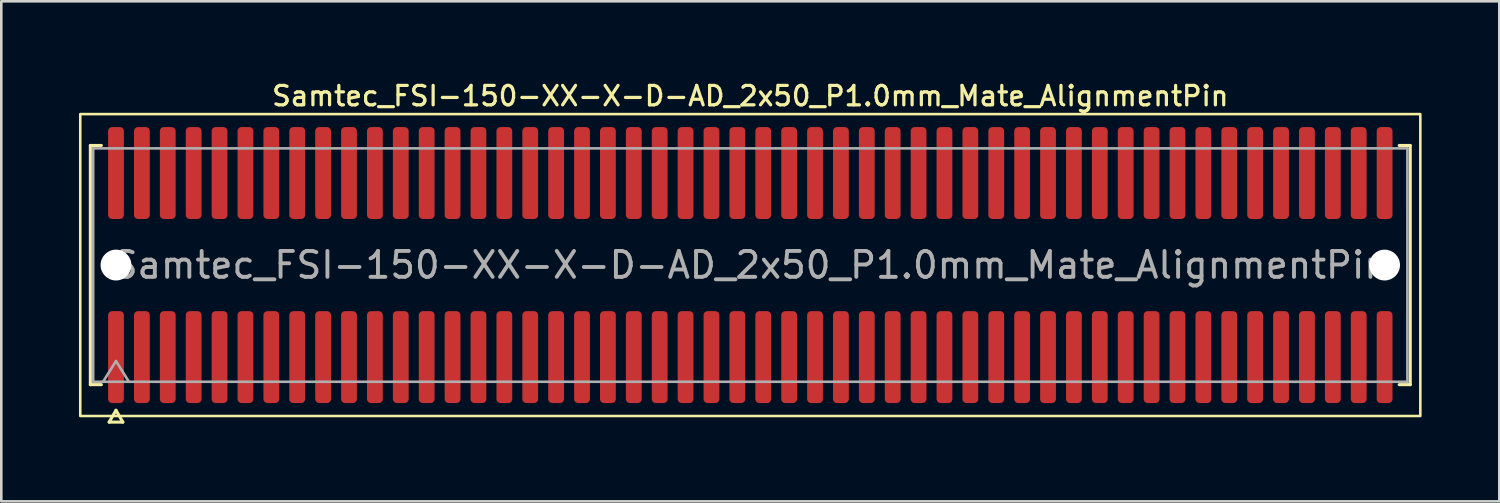
<source format=kicad_pcb>
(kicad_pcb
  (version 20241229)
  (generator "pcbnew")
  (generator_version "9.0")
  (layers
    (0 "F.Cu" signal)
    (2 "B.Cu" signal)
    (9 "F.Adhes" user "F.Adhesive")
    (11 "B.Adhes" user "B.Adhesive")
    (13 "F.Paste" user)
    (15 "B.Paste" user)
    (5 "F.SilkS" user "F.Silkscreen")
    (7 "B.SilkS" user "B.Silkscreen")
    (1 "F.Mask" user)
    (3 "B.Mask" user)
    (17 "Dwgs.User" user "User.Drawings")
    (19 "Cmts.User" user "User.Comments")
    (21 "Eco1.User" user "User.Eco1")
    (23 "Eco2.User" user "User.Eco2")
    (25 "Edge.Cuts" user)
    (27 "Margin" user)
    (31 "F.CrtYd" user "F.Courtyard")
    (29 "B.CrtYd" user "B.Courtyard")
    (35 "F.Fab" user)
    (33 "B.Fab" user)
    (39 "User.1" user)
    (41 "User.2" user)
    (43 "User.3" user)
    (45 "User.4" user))
  (footprint "Samtec_FSI-150-XX-X-D-AD_2x50_P1.0mm_Mate_AlignmentPin"
    (layer "F.Cu")
    (at 25.93 7.188)
    (property "Reference" "Samtec_FSI-150-XX-X-D-AD_2x50_P1.0mm_Mate_AlignmentPin" (at 0 -6.53 0) (layer "F.SilkS") (effects (font (size 0.75 0.75) (thickness 0.125))))
    (attr exclude_from_pos_files exclude_from_bom)
    (fp_line (start -25.49 -4.619) (end -25.065 -4.619) (stroke (width 0.12) (type solid)) (layer "F.SilkS"))
    (fp_line (start -25.49 4.619) (end -25.49 -4.619) (stroke (width 0.12) (type solid)) (layer "F.SilkS"))
    (fp_line (start -25.065 4.619) (end -25.49 4.619) (stroke (width 0.12) (type solid)) (layer "F.SilkS"))
    (fp_line (start -24.764 6.066) (end -24.5 5.609) (stroke (width 0.12) (type solid)) (layer "F.SilkS"))
    (fp_line (start -24.5 5.609) (end -24.236 6.066) (stroke (width 0.12) (type solid)) (layer "F.SilkS"))
    (fp_line (start -24.236 6.066) (end -24.764 6.066) (stroke (width 0.12) (type solid)) (layer "F.SilkS"))
    (fp_line (start 25.065 -4.619) (end 25.49 -4.619) (stroke (width 0.12) (type solid)) (layer "F.SilkS"))
    (fp_line (start 25.49 -4.619) (end 25.49 4.619) (stroke (width 0.12) (type solid)) (layer "F.SilkS"))
    (fp_line (start 25.49 4.619) (end 25.065 4.619) (stroke (width 0.12) (type solid)) (layer "F.SilkS"))
    (fp_rect (start -25.88 -5.83) (end 25.88 5.83) (stroke (width 0.1) (type solid)) (fill no) (layer "F.SilkS"))
    (fp_line (start -25.38 -4.508) (end 25.38 -4.508) (stroke (width 0.1) (type solid)) (layer "F.Fab"))
    (fp_line (start -25.38 4.508) (end -25.38 -4.508) (stroke (width 0.1) (type solid)) (layer "F.Fab"))
    (fp_line (start -25 4.508) (end -24.5 3.708) (stroke (width 0.1) (type solid)) (layer "F.Fab"))
    (fp_line (start -24.5 3.708) (end -24 4.508) (stroke (width 0.1) (type solid)) (layer "F.Fab"))
    (fp_line (start 25.38 -4.508) (end 25.38 4.508) (stroke (width 0.1) (type solid)) (layer "F.Fab"))
    (fp_line (start 25.38 4.508) (end -25.38 4.508) (stroke (width 0.1) (type solid)) (layer "F.Fab"))
    (fp_text user "${REFERENCE}" (at 0 0 0) (layer "F.Fab") (effects (font (size 1 1) (thickness 0.15))))
    (pad "" np_thru_hole circle (at -24.5 0) (size 1.19 1.19) (drill 1.19) (layers "*.Cu" "*.Mask"))
    (pad "" np_thru_hole circle (at 24.5 0) (size 1.19 1.19) (drill 1.19) (layers "*.Cu" "*.Mask"))
    (pad "1" smd roundrect (at -24.5 3.555) (size 0.61 3.55) (layers "F.Cu" "F.Mask") (roundrect_rratio 0.25))
    (pad "2" smd roundrect (at -24.5 -3.555) (size 0.61 3.55) (layers "F.Cu" "F.Mask") (roundrect_rratio 0.25))
    (pad "3" smd roundrect (at -23.5 3.555) (size 0.61 3.55) (layers "F.Cu" "F.Mask") (roundrect_rratio 0.25))
    (pad "4" smd roundrect (at -23.5 -3.555) (size 0.61 3.55) (layers "F.Cu" "F.Mask") (roundrect_rratio 0.25))
    (pad "5" smd roundrect (at -22.5 3.555) (size 0.61 3.55) (layers "F.Cu" "F.Mask") (roundrect_rratio 0.25))
    (pad "6" smd roundrect (at -22.5 -3.555) (size 0.61 3.55) (layers "F.Cu" "F.Mask") (roundrect_rratio 0.25))
    (pad "7" smd roundrect (at -21.5 3.555) (size 0.61 3.55) (layers "F.Cu" "F.Mask") (roundrect_rratio 0.25))
    (pad "8" smd roundrect (at -21.5 -3.555) (size 0.61 3.55) (layers "F.Cu" "F.Mask") (roundrect_rratio 0.25))
    (pad "9" smd roundrect (at -20.5 3.555) (size 0.61 3.55) (layers "F.Cu" "F.Mask") (roundrect_rratio 0.25))
    (pad "10" smd roundrect (at -20.5 -3.555) (size 0.61 3.55) (layers "F.Cu" "F.Mask") (roundrect_rratio 0.25))
    (pad "11" smd roundrect (at -19.5 3.555) (size 0.61 3.55) (layers "F.Cu" "F.Mask") (roundrect_rratio 0.25))
    (pad "12" smd roundrect (at -19.5 -3.555) (size 0.61 3.55) (layers "F.Cu" "F.Mask") (roundrect_rratio 0.25))
    (pad "13" smd roundrect (at -18.5 3.555) (size 0.61 3.55) (layers "F.Cu" "F.Mask") (roundrect_rratio 0.25))
    (pad "14" smd roundrect (at -18.5 -3.555) (size 0.61 3.55) (layers "F.Cu" "F.Mask") (roundrect_rratio 0.25))
    (pad "15" smd roundrect (at -17.5 3.555) (size 0.61 3.55) (layers "F.Cu" "F.Mask") (roundrect_rratio 0.25))
    (pad "16" smd roundrect (at -17.5 -3.555) (size 0.61 3.55) (layers "F.Cu" "F.Mask") (roundrect_rratio 0.25))
    (pad "17" smd roundrect (at -16.5 3.555) (size 0.61 3.55) (layers "F.Cu" "F.Mask") (roundrect_rratio 0.25))
    (pad "18" smd roundrect (at -16.5 -3.555) (size 0.61 3.55) (layers "F.Cu" "F.Mask") (roundrect_rratio 0.25))
    (pad "19" smd roundrect (at -15.5 3.555) (size 0.61 3.55) (layers "F.Cu" "F.Mask") (roundrect_rratio 0.25))
    (pad "20" smd roundrect (at -15.5 -3.555) (size 0.61 3.55) (layers "F.Cu" "F.Mask") (roundrect_rratio 0.25))
    (pad "21" smd roundrect (at -14.5 3.555) (size 0.61 3.55) (layers "F.Cu" "F.Mask") (roundrect_rratio 0.25))
    (pad "22" smd roundrect (at -14.5 -3.555) (size 0.61 3.55) (layers "F.Cu" "F.Mask") (roundrect_rratio 0.25))
    (pad "23" smd roundrect (at -13.5 3.555) (size 0.61 3.55) (layers "F.Cu" "F.Mask") (roundrect_rratio 0.25))
    (pad "24" smd roundrect (at -13.5 -3.555) (size 0.61 3.55) (layers "F.Cu" "F.Mask") (roundrect_rratio 0.25))
    (pad "25" smd roundrect (at -12.5 3.555) (size 0.61 3.55) (layers "F.Cu" "F.Mask") (roundrect_rratio 0.25))
    (pad "26" smd roundrect (at -12.5 -3.555) (size 0.61 3.55) (layers "F.Cu" "F.Mask") (roundrect_rratio 0.25))
    (pad "27" smd roundrect (at -11.5 3.555) (size 0.61 3.55) (layers "F.Cu" "F.Mask") (roundrect_rratio 0.25))
    (pad "28" smd roundrect (at -11.5 -3.555) (size 0.61 3.55) (layers "F.Cu" "F.Mask") (roundrect_rratio 0.25))
    (pad "29" smd roundrect (at -10.5 3.555) (size 0.61 3.55) (layers "F.Cu" "F.Mask") (roundrect_rratio 0.25))
    (pad "30" smd roundrect (at -10.5 -3.555) (size 0.61 3.55) (layers "F.Cu" "F.Mask") (roundrect_rratio 0.25))
    (pad "31" smd roundrect (at -9.5 3.555) (size 0.61 3.55) (layers "F.Cu" "F.Mask") (roundrect_rratio 0.25))
    (pad "32" smd roundrect (at -9.5 -3.555) (size 0.61 3.55) (layers "F.Cu" "F.Mask") (roundrect_rratio 0.25))
    (pad "33" smd roundrect (at -8.5 3.555) (size 0.61 3.55) (layers "F.Cu" "F.Mask") (roundrect_rratio 0.25))
    (pad "34" smd roundrect (at -8.5 -3.555) (size 0.61 3.55) (layers "F.Cu" "F.Mask") (roundrect_rratio 0.25))
    (pad "35" smd roundrect (at -7.5 3.555) (size 0.61 3.55) (layers "F.Cu" "F.Mask") (roundrect_rratio 0.25))
    (pad "36" smd roundrect (at -7.5 -3.555) (size 0.61 3.55) (layers "F.Cu" "F.Mask") (roundrect_rratio 0.25))
    (pad "37" smd roundrect (at -6.5 3.555) (size 0.61 3.55) (layers "F.Cu" "F.Mask") (roundrect_rratio 0.25))
    (pad "38" smd roundrect (at -6.5 -3.555) (size 0.61 3.55) (layers "F.Cu" "F.Mask") (roundrect_rratio 0.25))
    (pad "39" smd roundrect (at -5.5 3.555) (size 0.61 3.55) (layers "F.Cu" "F.Mask") (roundrect_rratio 0.25))
    (pad "40" smd roundrect (at -5.5 -3.555) (size 0.61 3.55) (layers "F.Cu" "F.Mask") (roundrect_rratio 0.25))
    (pad "41" smd roundrect (at -4.5 3.555) (size 0.61 3.55) (layers "F.Cu" "F.Mask") (roundrect_rratio 0.25))
    (pad "42" smd roundrect (at -4.5 -3.555) (size 0.61 3.55) (layers "F.Cu" "F.Mask") (roundrect_rratio 0.25))
    (pad "43" smd roundrect (at -3.5 3.555) (size 0.61 3.55) (layers "F.Cu" "F.Mask") (roundrect_rratio 0.25))
    (pad "44" smd roundrect (at -3.5 -3.555) (size 0.61 3.55) (layers "F.Cu" "F.Mask") (roundrect_rratio 0.25))
    (pad "45" smd roundrect (at -2.5 3.555) (size 0.61 3.55) (layers "F.Cu" "F.Mask") (roundrect_rratio 0.25))
    (pad "46" smd roundrect (at -2.5 -3.555) (size 0.61 3.55) (layers "F.Cu" "F.Mask") (roundrect_rratio 0.25))
    (pad "47" smd roundrect (at -1.5 3.555) (size 0.61 3.55) (layers "F.Cu" "F.Mask") (roundrect_rratio 0.25))
    (pad "48" smd roundrect (at -1.5 -3.555) (size 0.61 3.55) (layers "F.Cu" "F.Mask") (roundrect_rratio 0.25))
    (pad "49" smd roundrect (at -0.5 3.555) (size 0.61 3.55) (layers "F.Cu" "F.Mask") (roundrect_rratio 0.25))
    (pad "50" smd roundrect (at -0.5 -3.555) (size 0.61 3.55) (layers "F.Cu" "F.Mask") (roundrect_rratio 0.25))
    (pad "51" smd roundrect (at 0.5 3.555) (size 0.61 3.55) (layers "F.Cu" "F.Mask") (roundrect_rratio 0.25))
    (pad "52" smd roundrect (at 0.5 -3.555) (size 0.61 3.55) (layers "F.Cu" "F.Mask") (roundrect_rratio 0.25))
    (pad "53" smd roundrect (at 1.5 3.555) (size 0.61 3.55) (layers "F.Cu" "F.Mask") (roundrect_rratio 0.25))
    (pad "54" smd roundrect (at 1.5 -3.555) (size 0.61 3.55) (layers "F.Cu" "F.Mask") (roundrect_rratio 0.25))
    (pad "55" smd roundrect (at 2.5 3.555) (size 0.61 3.55) (layers "F.Cu" "F.Mask") (roundrect_rratio 0.25))
    (pad "56" smd roundrect (at 2.5 -3.555) (size 0.61 3.55) (layers "F.Cu" "F.Mask") (roundrect_rratio 0.25))
    (pad "57" smd roundrect (at 3.5 3.555) (size 0.61 3.55) (layers "F.Cu" "F.Mask") (roundrect_rratio 0.25))
    (pad "58" smd roundrect (at 3.5 -3.555) (size 0.61 3.55) (layers "F.Cu" "F.Mask") (roundrect_rratio 0.25))
    (pad "59" smd roundrect (at 4.5 3.555) (size 0.61 3.55) (layers "F.Cu" "F.Mask") (roundrect_rratio 0.25))
    (pad "60" smd roundrect (at 4.5 -3.555) (size 0.61 3.55) (layers "F.Cu" "F.Mask") (roundrect_rratio 0.25))
    (pad "61" smd roundrect (at 5.5 3.555) (size 0.61 3.55) (layers "F.Cu" "F.Mask") (roundrect_rratio 0.25))
    (pad "62" smd roundrect (at 5.5 -3.555) (size 0.61 3.55) (layers "F.Cu" "F.Mask") (roundrect_rratio 0.25))
    (pad "63" smd roundrect (at 6.5 3.555) (size 0.61 3.55) (layers "F.Cu" "F.Mask") (roundrect_rratio 0.25))
    (pad "64" smd roundrect (at 6.5 -3.555) (size 0.61 3.55) (layers "F.Cu" "F.Mask") (roundrect_rratio 0.25))
    (pad "65" smd roundrect (at 7.5 3.555) (size 0.61 3.55) (layers "F.Cu" "F.Mask") (roundrect_rratio 0.25))
    (pad "66" smd roundrect (at 7.5 -3.555) (size 0.61 3.55) (layers "F.Cu" "F.Mask") (roundrect_rratio 0.25))
    (pad "67" smd roundrect (at 8.5 3.555) (size 0.61 3.55) (layers "F.Cu" "F.Mask") (roundrect_rratio 0.25))
    (pad "68" smd roundrect (at 8.5 -3.555) (size 0.61 3.55) (layers "F.Cu" "F.Mask") (roundrect_rratio 0.25))
    (pad "69" smd roundrect (at 9.5 3.555) (size 0.61 3.55) (layers "F.Cu" "F.Mask") (roundrect_rratio 0.25))
    (pad "70" smd roundrect (at 9.5 -3.555) (size 0.61 3.55) (layers "F.Cu" "F.Mask") (roundrect_rratio 0.25))
    (pad "71" smd roundrect (at 10.5 3.555) (size 0.61 3.55) (layers "F.Cu" "F.Mask") (roundrect_rratio 0.25))
    (pad "72" smd roundrect (at 10.5 -3.555) (size 0.61 3.55) (layers "F.Cu" "F.Mask") (roundrect_rratio 0.25))
    (pad "73" smd roundrect (at 11.5 3.555) (size 0.61 3.55) (layers "F.Cu" "F.Mask") (roundrect_rratio 0.25))
    (pad "74" smd roundrect (at 11.5 -3.555) (size 0.61 3.55) (layers "F.Cu" "F.Mask") (roundrect_rratio 0.25))
    (pad "75" smd roundrect (at 12.5 3.555) (size 0.61 3.55) (layers "F.Cu" "F.Mask") (roundrect_rratio 0.25))
    (pad "76" smd roundrect (at 12.5 -3.555) (size 0.61 3.55) (layers "F.Cu" "F.Mask") (roundrect_rratio 0.25))
    (pad "77" smd roundrect (at 13.5 3.555) (size 0.61 3.55) (layers "F.Cu" "F.Mask") (roundrect_rratio 0.25))
    (pad "78" smd roundrect (at 13.5 -3.555) (size 0.61 3.55) (layers "F.Cu" "F.Mask") (roundrect_rratio 0.25))
    (pad "79" smd roundrect (at 14.5 3.555) (size 0.61 3.55) (layers "F.Cu" "F.Mask") (roundrect_rratio 0.25))
    (pad "80" smd roundrect (at 14.5 -3.555) (size 0.61 3.55) (layers "F.Cu" "F.Mask") (roundrect_rratio 0.25))
    (pad "81" smd roundrect (at 15.5 3.555) (size 0.61 3.55) (layers "F.Cu" "F.Mask") (roundrect_rratio 0.25))
    (pad "82" smd roundrect (at 15.5 -3.555) (size 0.61 3.55) (layers "F.Cu" "F.Mask") (roundrect_rratio 0.25))
    (pad "83" smd roundrect (at 16.5 3.555) (size 0.61 3.55) (layers "F.Cu" "F.Mask") (roundrect_rratio 0.25))
    (pad "84" smd roundrect (at 16.5 -3.555) (size 0.61 3.55) (layers "F.Cu" "F.Mask") (roundrect_rratio 0.25))
    (pad "85" smd roundrect (at 17.5 3.555) (size 0.61 3.55) (layers "F.Cu" "F.Mask") (roundrect_rratio 0.25))
    (pad "86" smd roundrect (at 17.5 -3.555) (size 0.61 3.55) (layers "F.Cu" "F.Mask") (roundrect_rratio 0.25))
    (pad "87" smd roundrect (at 18.5 3.555) (size 0.61 3.55) (layers "F.Cu" "F.Mask") (roundrect_rratio 0.25))
    (pad "88" smd roundrect (at 18.5 -3.555) (size 0.61 3.55) (layers "F.Cu" "F.Mask") (roundrect_rratio 0.25))
    (pad "89" smd roundrect (at 19.5 3.555) (size 0.61 3.55) (layers "F.Cu" "F.Mask") (roundrect_rratio 0.25))
    (pad "90" smd roundrect (at 19.5 -3.555) (size 0.61 3.55) (layers "F.Cu" "F.Mask") (roundrect_rratio 0.25))
    (pad "91" smd roundrect (at 20.5 3.555) (size 0.61 3.55) (layers "F.Cu" "F.Mask") (roundrect_rratio 0.25))
    (pad "92" smd roundrect (at 20.5 -3.555) (size 0.61 3.55) (layers "F.Cu" "F.Mask") (roundrect_rratio 0.25))
    (pad "93" smd roundrect (at 21.5 3.555) (size 0.61 3.55) (layers "F.Cu" "F.Mask") (roundrect_rratio 0.25))
    (pad "94" smd roundrect (at 21.5 -3.555) (size 0.61 3.55) (layers "F.Cu" "F.Mask") (roundrect_rratio 0.25))
    (pad "95" smd roundrect (at 22.5 3.555) (size 0.61 3.55) (layers "F.Cu" "F.Mask") (roundrect_rratio 0.25))
    (pad "96" smd roundrect (at 22.5 -3.555) (size 0.61 3.55) (layers "F.Cu" "F.Mask") (roundrect_rratio 0.25))
    (pad "97" smd roundrect (at 23.5 3.555) (size 0.61 3.55) (layers "F.Cu" "F.Mask") (roundrect_rratio 0.25))
    (pad "98" smd roundrect (at 23.5 -3.555) (size 0.61 3.55) (layers "F.Cu" "F.Mask") (roundrect_rratio 0.25))
    (pad "99" smd roundrect (at 24.5 3.555) (size 0.61 3.55) (layers "F.Cu" "F.Mask") (roundrect_rratio 0.25))
    (pad "100" smd roundrect (at 24.5 -3.555) (size 0.61 3.55) (layers "F.Cu" "F.Mask") (roundrect_rratio 0.25)))
  (gr_rect
    (start -3 -3)
    (end 54.86 16.314)
    (stroke (width 0.1) (type default))
    (fill no)
    (layer "Edge.Cuts")))
</source>
